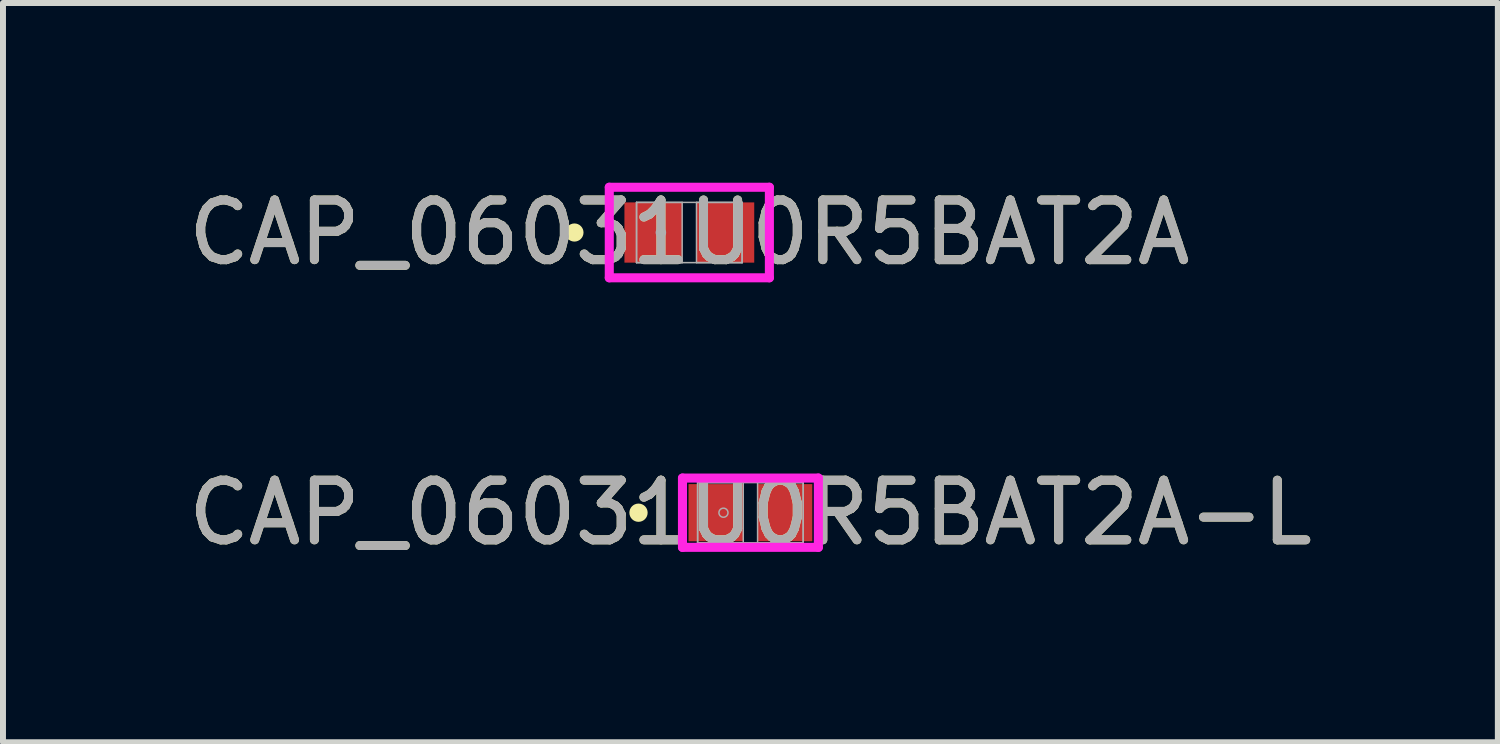
<source format=kicad_pcb>
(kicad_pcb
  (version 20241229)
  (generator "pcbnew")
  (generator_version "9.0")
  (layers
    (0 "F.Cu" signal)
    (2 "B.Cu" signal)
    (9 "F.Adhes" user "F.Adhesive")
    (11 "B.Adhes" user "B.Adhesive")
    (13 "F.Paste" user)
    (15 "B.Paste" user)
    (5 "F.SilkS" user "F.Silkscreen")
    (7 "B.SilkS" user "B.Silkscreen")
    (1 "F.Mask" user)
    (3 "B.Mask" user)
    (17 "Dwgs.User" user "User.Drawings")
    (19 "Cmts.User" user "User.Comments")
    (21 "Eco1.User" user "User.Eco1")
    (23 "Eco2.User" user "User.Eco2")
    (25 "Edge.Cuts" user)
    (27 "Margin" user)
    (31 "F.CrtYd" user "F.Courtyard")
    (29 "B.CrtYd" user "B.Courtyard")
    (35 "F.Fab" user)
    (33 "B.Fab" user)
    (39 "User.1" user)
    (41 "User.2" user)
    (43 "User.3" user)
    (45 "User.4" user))
  (footprint "CAP_06031U0R5BAT2A"
    (layer "F.Cu")
    (at 8.506 0.848)
    (property "Reference" "CAP_06031U0R5BAT2A" (at 0 0 0) (unlocked yes) (layer "F.SilkS") (effects (font (size 1 1) (thickness 0.15))))
    (attr smd)
    (fp_circle (center -1.926 0) (end -1.85 0) (stroke (width 0.152) (type solid)) (fill no) (layer "F.SilkS"))
    (fp_line (start -1.342 -0.759) (end 1.342 -0.759) (stroke (width 0.152) (type solid)) (layer "F.CrtYd"))
    (fp_line (start -1.342 0.759) (end -1.342 -0.759) (stroke (width 0.152) (type solid)) (layer "F.CrtYd"))
    (fp_line (start 1.342 -0.759) (end 1.342 0.759) (stroke (width 0.152) (type solid)) (layer "F.CrtYd"))
    (fp_line (start 1.342 0.759) (end -1.342 0.759) (stroke (width 0.152) (type solid)) (layer "F.CrtYd"))
    (fp_line (start -0.885 -0.505) (end -0.885 0.505) (stroke (width 0.025) (type solid)) (layer "F.Fab"))
    (fp_line (start -0.885 -0.505) (end -0.885 0.505) (stroke (width 0.025) (type solid)) (layer "F.Fab"))
    (fp_line (start -0.885 0.505) (end -0.12 0.505) (stroke (width 0.025) (type solid)) (layer "F.Fab"))
    (fp_line (start -0.885 0.505) (end 0.885 0.505) (stroke (width 0.025) (type solid)) (layer "F.Fab"))
    (fp_line (start -0.12 -0.505) (end -0.885 -0.505) (stroke (width 0.025) (type solid)) (layer "F.Fab"))
    (fp_line (start -0.12 0.505) (end -0.12 -0.505) (stroke (width 0.025) (type solid)) (layer "F.Fab"))
    (fp_line (start 0.12 -0.505) (end 0.12 0.505) (stroke (width 0.025) (type solid)) (layer "F.Fab"))
    (fp_line (start 0.12 0.505) (end 0.885 0.505) (stroke (width 0.025) (type solid)) (layer "F.Fab"))
    (fp_line (start 0.885 -0.505) (end -0.885 -0.505) (stroke (width 0.025) (type solid)) (layer "F.Fab"))
    (fp_line (start 0.885 -0.505) (end 0.12 -0.505) (stroke (width 0.025) (type solid)) (layer "F.Fab"))
    (fp_line (start 0.885 0.505) (end 0.885 -0.505) (stroke (width 0.025) (type solid)) (layer "F.Fab"))
    (fp_line (start 0.885 0.505) (end 0.885 -0.505) (stroke (width 0.025) (type solid)) (layer "F.Fab"))
    (fp_circle (center -0.477 0) (end -0.401 0) (stroke (width 0.025) (type solid)) (fill no) (layer "F.Fab"))
    (fp_text user "${REFERENCE}" (at 0 0 0) (unlocked yes) (layer "F.Fab") (effects (font (size 1 1) (thickness 0.15))))
    (pad "1" smd rect (at -0.604 0) (size 0.968 1.01) (layers "F.Cu" "F.Mask" "F.Paste"))
    (pad "2" smd rect (at 0.604 0) (size 0.968 1.01) (layers "F.Cu" "F.Mask" "F.Paste"))
    (zone (net_name "") (layer "F.Cu") (hatch full 0.508) (connect_pads) (min_thickness 0.254) (filled_areas_thickness no) (keepout (tracks not_allowed) (vias not_allowed) (pads allowed) (copperpour not_allowed) (footprints allowed)) (placement (enabled no)) (fill) (polygon (pts (xy 8.437 0.394) (xy 8.575 0.394) (xy 8.575 1.302) (xy 8.437 1.302)))))
  (footprint "CAP_06031U0R5BAT2A-L"
    (layer "F.Cu")
    (at 9.53 5.545)
    (property "Reference" "CAP_06031U0R5BAT2A-L" (at 0 0 0) (unlocked yes) (layer "F.SilkS") (effects (font (size 1 1) (thickness 0.15))))
    (attr smd)
    (fp_circle (center -1.876 0) (end -1.799 0) (stroke (width 0.152) (type solid)) (fill no) (layer "F.SilkS"))
    (fp_line (start -1.139 -0.581) (end 1.139 -0.581) (stroke (width 0.152) (type solid)) (layer "F.CrtYd"))
    (fp_line (start -1.139 0.581) (end -1.139 -0.581) (stroke (width 0.152) (type solid)) (layer "F.CrtYd"))
    (fp_line (start 1.139 -0.581) (end 1.139 0.581) (stroke (width 0.152) (type solid)) (layer "F.CrtYd"))
    (fp_line (start 1.139 0.581) (end -1.139 0.581) (stroke (width 0.152) (type solid)) (layer "F.CrtYd"))
    (fp_line (start -0.885 -0.505) (end -0.885 0.505) (stroke (width 0.025) (type solid)) (layer "F.Fab"))
    (fp_line (start -0.885 -0.505) (end -0.885 0.505) (stroke (width 0.025) (type solid)) (layer "F.Fab"))
    (fp_line (start -0.885 0.505) (end -0.12 0.505) (stroke (width 0.025) (type solid)) (layer "F.Fab"))
    (fp_line (start -0.885 0.505) (end 0.885 0.505) (stroke (width 0.025) (type solid)) (layer "F.Fab"))
    (fp_line (start -0.12 -0.505) (end -0.885 -0.505) (stroke (width 0.025) (type solid)) (layer "F.Fab"))
    (fp_line (start -0.12 0.505) (end -0.12 -0.505) (stroke (width 0.025) (type solid)) (layer "F.Fab"))
    (fp_line (start 0.12 -0.505) (end 0.12 0.505) (stroke (width 0.025) (type solid)) (layer "F.Fab"))
    (fp_line (start 0.12 0.505) (end 0.885 0.505) (stroke (width 0.025) (type solid)) (layer "F.Fab"))
    (fp_line (start 0.885 -0.505) (end -0.885 -0.505) (stroke (width 0.025) (type solid)) (layer "F.Fab"))
    (fp_line (start 0.885 -0.505) (end 0.12 -0.505) (stroke (width 0.025) (type solid)) (layer "F.Fab"))
    (fp_line (start 0.885 0.505) (end 0.885 -0.505) (stroke (width 0.025) (type solid)) (layer "F.Fab"))
    (fp_line (start 0.885 0.505) (end 0.885 -0.505) (stroke (width 0.025) (type solid)) (layer "F.Fab"))
    (fp_circle (center -0.452 0) (end -0.376 0) (stroke (width 0.025) (type solid)) (fill no) (layer "F.Fab"))
    (fp_text user "${REFERENCE}" (at 0 0 0) (unlocked yes) (layer "F.Fab") (effects (font (size 1 1) (thickness 0.15))))
    (pad "1" smd rect (at -0.579 0) (size 0.917 0.959) (layers "F.Cu" "F.Mask" "F.Paste"))
    (pad "2" smd rect (at 0.579 0) (size 0.917 0.959) (layers "F.Cu" "F.Mask" "F.Paste"))
    (zone (net_name "") (layer "F.Cu") (hatch full 0.508) (connect_pads) (min_thickness 0.254) (filled_areas_thickness no) (keepout (tracks not_allowed) (vias not_allowed) (pads allowed) (copperpour not_allowed) (footprints allowed)) (placement (enabled no)) (fill) (polygon (pts (xy 9.461 5.091) (xy 9.599 5.091) (xy 9.599 5.999) (xy 9.461 5.999)))))
  (gr_rect
    (start -3 -3)
    (end 22.06 9.393)
    (stroke (width 0.1) (type default))
    (fill no)
    (layer "Edge.Cuts")))
</source>
